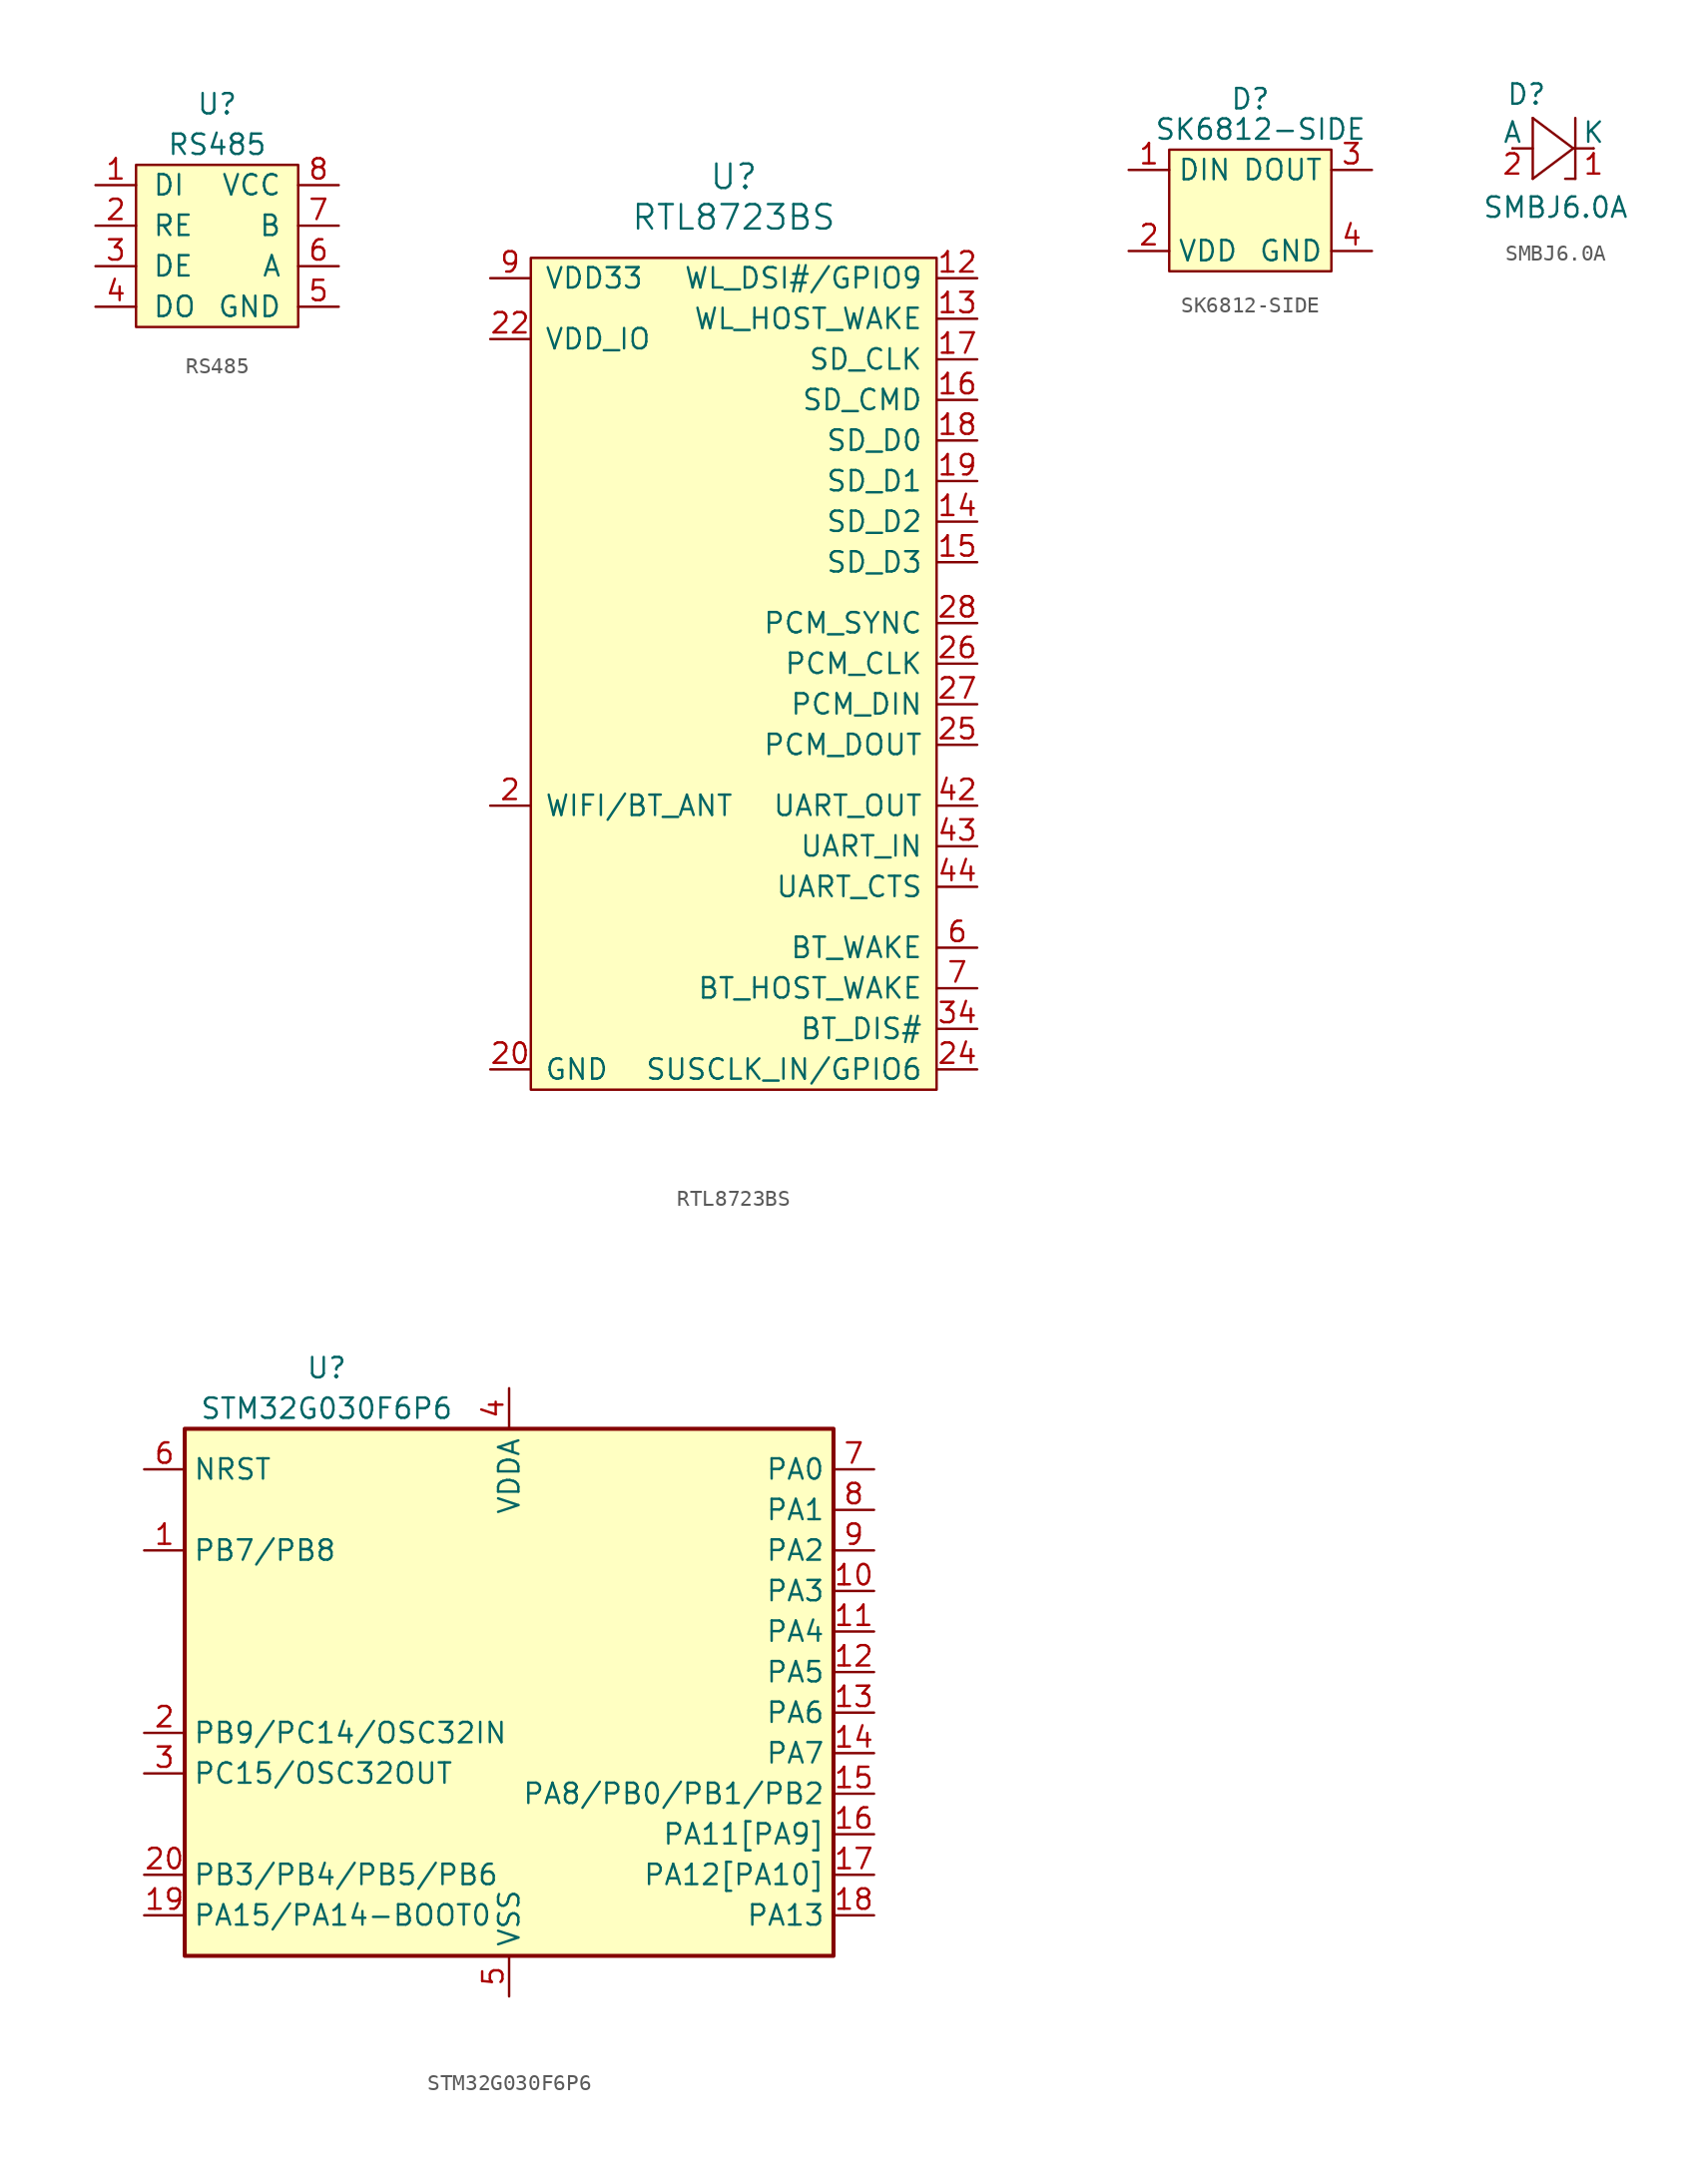
<source format=kicad_sym>
(kicad_symbol_lib
  (version 20211014)
  (generator kicad_symbol_editor)
  (symbol "RS485"
    (pin_names
      (offset 1.016))
    (property "Reference" "U"
      (at 0 8.89 0)
      (effects (font (size 1.27 1.27))))
    (property "Value" "RS485"
      (at 0 6.35 0)
      (effects (font (size 1.27 1.27))))
    (symbol "RS485_0_1"
      (rectangle (start -5.08 5.08) (end 5.08 -5.08) (stroke (width 0) (type default) (color 0 0 0 0)) (fill (type background))))
    (symbol "RS485_1_1"
      (pin input line (at -7.62 3.81 0) (length 2.54) (name "DI" (effects (font (size 1.27 1.27)))) (number "1" (effects (font (size 1.27 1.27)))))
      (pin input line (at -7.62 1.27 0) (length 2.54) (name "RE" (effects (font (size 1.27 1.27)))) (number "2" (effects (font (size 1.27 1.27)))))
      (pin input line (at -7.62 -1.27 0) (length 2.54) (name "DE" (effects (font (size 1.27 1.27)))) (number "3" (effects (font (size 1.27 1.27)))))
      (pin input line (at -7.62 -3.81 0) (length 2.54) (name "DO" (effects (font (size 1.27 1.27)))) (number "4" (effects (font (size 1.27 1.27)))))
      (pin input line (at 7.62 -3.81 180) (length 2.54) (name "GND" (effects (font (size 1.27 1.27)))) (number "5" (effects (font (size 1.27 1.27)))))
      (pin input line (at 7.62 -1.27 180) (length 2.54) (name "A" (effects (font (size 1.27 1.27)))) (number "6" (effects (font (size 1.27 1.27)))))
      (pin input line (at 7.62 1.27 180) (length 2.54) (name "B" (effects (font (size 1.27 1.27)))) (number "7" (effects (font (size 1.27 1.27)))))
      (pin input line (at 7.62 3.81 180) (length 2.54) (name "VCC" (effects (font (size 1.27 1.27)))) (number "8" (effects (font (size 1.27 1.27)))))))
  (symbol "RTL8723BS"
    (pin_names
      (offset 0.889))
    (property "Reference" "U"
      (at 0 33.02 0)
      (effects (font (size 1.524 1.524))))
    (property "Value" "RTL8723BS"
      (at 0 30.48 0)
      (effects (font (size 1.524 1.524))))
    (property "Footprint" ""
      (at 0 -5.08 0)
      (effects (font (size 1.524 1.524))))
    (property "Datasheet" ""
      (at 0 -5.08 0)
      (effects (font (size 1.524 1.524))))
    (symbol "RTL8723BS_0_1"
      (rectangle (start -12.7 27.94) (end 12.7 -24.13) (stroke (width 0) (type default) (color 0 0 0 0)) (fill (type background))))
    (symbol "RTL8723BS_1_1"
      (pin power_in line (at -15.24 -22.86 0) (length 2.489) hide (name "GND" (effects (font (size 1.27 1.27)))) (number "1" (effects (font (size 1.27 1.27)))))
      (pin no_connect line (at -1.27 10.16 180) (length 2.489) hide (name "NC" (effects (font (size 1.27 1.27)))) (number "10" (effects (font (size 1.27 1.27)))))
      (pin no_connect line (at -1.27 7.62 180) (length 2.489) hide (name "NC" (effects (font (size 1.27 1.27)))) (number "11" (effects (font (size 1.27 1.27)))))
      (pin bidirectional line (at 15.24 26.67 180) (length 2.489) (name "WL_DSI#/GPIO9" (effects (font (size 1.27 1.27)))) (number "12" (effects (font (size 1.27 1.27)))))
      (pin input line (at 15.24 24.13 180) (length 2.489) (name "WL_HOST_WAKE" (effects (font (size 1.27 1.27)))) (number "13" (effects (font (size 1.27 1.27)))))
      (pin bidirectional line (at 15.24 11.43 180) (length 2.489) (name "SD_D2" (effects (font (size 1.27 1.27)))) (number "14" (effects (font (size 1.27 1.27)))))
      (pin bidirectional line (at 15.24 8.89 180) (length 2.489) (name "SD_D3" (effects (font (size 1.27 1.27)))) (number "15" (effects (font (size 1.27 1.27)))))
      (pin bidirectional line (at 15.24 19.05 180) (length 2.489) (name "SD_CMD" (effects (font (size 1.27 1.27)))) (number "16" (effects (font (size 1.27 1.27)))))
      (pin input line (at 15.24 21.59 180) (length 2.489) (name "SD_CLK" (effects (font (size 1.27 1.27)))) (number "17" (effects (font (size 1.27 1.27)))))
      (pin bidirectional line (at 15.24 16.51 180) (length 2.489) (name "SD_D0" (effects (font (size 1.27 1.27)))) (number "18" (effects (font (size 1.27 1.27)))))
      (pin bidirectional line (at 15.24 13.97 180) (length 2.489) (name "SD_D1" (effects (font (size 1.27 1.27)))) (number "19" (effects (font (size 1.27 1.27)))))
      (pin bidirectional line (at -15.24 -6.35 0) (length 2.489) (name "WIFI/BT_ANT" (effects (font (size 1.27 1.27)))) (number "2" (effects (font (size 1.27 1.27)))))
      (pin power_in line (at -15.24 -22.86 0) (length 2.489) (name "GND" (effects (font (size 1.27 1.27)))) (number "20" (effects (font (size 1.27 1.27)))))
      (pin no_connect line (at -1.27 5.08 180) (length 2.489) hide (name "NC" (effects (font (size 1.27 1.27)))) (number "21" (effects (font (size 1.27 1.27)))))
      (pin power_in line (at -15.24 22.86 0) (length 2.489) (name "VDD_IO" (effects (font (size 1.27 1.27)))) (number "22" (effects (font (size 1.27 1.27)))))
      (pin no_connect line (at -1.27 2.54 180) (length 2.489) hide (name "NC" (effects (font (size 1.27 1.27)))) (number "23" (effects (font (size 1.27 1.27)))))
      (pin bidirectional line (at 15.24 -22.86 180) (length 2.489) (name "SUSCLK_IN/GPIO6" (effects (font (size 1.27 1.27)))) (number "24" (effects (font (size 1.27 1.27)))))
      (pin output line (at 15.24 -2.54 180) (length 2.489) (name "PCM_DOUT" (effects (font (size 1.27 1.27)))) (number "25" (effects (font (size 1.27 1.27)))))
      (pin input line (at 15.24 2.54 180) (length 2.489) (name "PCM_CLK" (effects (font (size 1.27 1.27)))) (number "26" (effects (font (size 1.27 1.27)))))
      (pin input line (at 15.24 0 180) (length 2.489) (name "PCM_DIN" (effects (font (size 1.27 1.27)))) (number "27" (effects (font (size 1.27 1.27)))))
      (pin input line (at 15.24 5.08 180) (length 2.489) (name "PCM_SYNC" (effects (font (size 1.27 1.27)))) (number "28" (effects (font (size 1.27 1.27)))))
      (pin no_connect line (at -1.27 0 180) (length 2.489) hide (name "NC" (effects (font (size 1.27 1.27)))) (number "29" (effects (font (size 1.27 1.27)))))
      (pin no_connect line (at -1.27 20.32 180) (length 2.489) hide (name "NC" (effects (font (size 1.27 1.27)))) (number "3" (effects (font (size 1.27 1.27)))))
      (pin no_connect line (at -1.27 -2.54 180) (length 2.489) hide (name "NC" (effects (font (size 1.27 1.27)))) (number "30" (effects (font (size 1.27 1.27)))))
      (pin power_in line (at -15.24 -22.86 0) (length 2.489) hide (name "GND" (effects (font (size 1.27 1.27)))) (number "31" (effects (font (size 1.27 1.27)))))
      (pin no_connect line (at -1.27 -5.08 180) (length 2.489) hide (name "NC" (effects (font (size 1.27 1.27)))) (number "32" (effects (font (size 1.27 1.27)))))
      (pin power_in line (at -15.24 -22.86 0) (length 2.489) hide (name "GND" (effects (font (size 1.27 1.27)))) (number "33" (effects (font (size 1.27 1.27)))))
      (pin input line (at 15.24 -20.32 180) (length 2.489) (name "BT_DIS#" (effects (font (size 1.27 1.27)))) (number "34" (effects (font (size 1.27 1.27)))))
      (pin no_connect line (at -1.27 -7.62 180) (length 2.489) hide (name "NC" (effects (font (size 1.27 1.27)))) (number "35" (effects (font (size 1.27 1.27)))))
      (pin power_in line (at -15.24 -22.86 0) (length 2.489) hide (name "GND" (effects (font (size 1.27 1.27)))) (number "36" (effects (font (size 1.27 1.27)))))
      (pin no_connect line (at -1.27 -10.16 180) (length 2.489) hide (name "NC" (effects (font (size 1.27 1.27)))) (number "37" (effects (font (size 1.27 1.27)))))
      (pin no_connect line (at -1.27 -12.7 180) (length 2.489) hide (name "NC" (effects (font (size 1.27 1.27)))) (number "38" (effects (font (size 1.27 1.27)))))
      (pin no_connect line (at -1.27 -15.24 180) (length 2.489) hide (name "NC" (effects (font (size 1.27 1.27)))) (number "39" (effects (font (size 1.27 1.27)))))
      (pin no_connect line (at -1.27 17.78 180) (length 2.489) hide (name "NC" (effects (font (size 1.27 1.27)))) (number "4" (effects (font (size 1.27 1.27)))))
      (pin no_connect line (at -1.27 -17.78 180) (length 2.489) hide (name "NC" (effects (font (size 1.27 1.27)))) (number "40" (effects (font (size 1.27 1.27)))))
      (pin power_in line (at -15.24 -22.86 0) (length 2.489) hide (name "GND" (effects (font (size 1.27 1.27)))) (number "41" (effects (font (size 1.27 1.27)))))
      (pin output line (at 15.24 -6.35 180) (length 2.489) (name "UART_OUT" (effects (font (size 1.27 1.27)))) (number "42" (effects (font (size 1.27 1.27)))))
      (pin input line (at 15.24 -8.89 180) (length 2.489) (name "UART_IN" (effects (font (size 1.27 1.27)))) (number "43" (effects (font (size 1.27 1.27)))))
      (pin input line (at 15.24 -11.43 180) (length 2.489) (name "UART_CTS" (effects (font (size 1.27 1.27)))) (number "44" (effects (font (size 1.27 1.27)))))
      (pin no_connect line (at -1.27 15.24 180) (length 2.489) hide (name "NC" (effects (font (size 1.27 1.27)))) (number "5" (effects (font (size 1.27 1.27)))))
      (pin input line (at 15.24 -15.24 180) (length 2.489) (name "BT_WAKE" (effects (font (size 1.27 1.27)))) (number "6" (effects (font (size 1.27 1.27)))))
      (pin output line (at 15.24 -17.78 180) (length 2.489) (name "BT_HOST_WAKE" (effects (font (size 1.27 1.27)))) (number "7" (effects (font (size 1.27 1.27)))))
      (pin no_connect line (at -1.27 12.7 180) (length 2.489) hide (name "NC" (effects (font (size 1.27 1.27)))) (number "8" (effects (font (size 1.27 1.27)))))
      (pin power_in line (at -15.24 26.67 0) (length 2.489) (name "VDD33" (effects (font (size 1.27 1.27)))) (number "9" (effects (font (size 1.27 1.27)))))))
  (symbol "SK6812-SIDE"
    (property "Reference" "D"
      (at 0 6.985 0)
      (effects (font (size 1.27 1.27))))
    (property "Value" "SK6812-SIDE"
      (at 0.635 5.08 0)
      (effects (font (size 1.27 1.27))))
    (symbol "SK6812-SIDE_0_1"
      (rectangle (start -5.08 3.81) (end 5.08 -3.81) (stroke (width 0) (type default) (color 0 0 0 0)) (fill (type background))))
    (symbol "SK6812-SIDE_1_1"
      (pin input line (at -7.62 2.54 0) (length 2.54) (name "DIN" (effects (font (size 1.27 1.27)))) (number "1" (effects (font (size 1.27 1.27)))))
      (pin input line (at -7.62 -2.54 0) (length 2.54) (name "VDD" (effects (font (size 1.27 1.27)))) (number "2" (effects (font (size 1.27 1.27)))))
      (pin input line (at 7.62 2.54 180) (length 2.54) (name "DOUT" (effects (font (size 1.27 1.27)))) (number "3" (effects (font (size 1.27 1.27)))))
      (pin input line (at 7.62 -2.54 180) (length 2.54) (name "GND" (effects (font (size 1.27 1.27)))) (number "4" (effects (font (size 1.27 1.27)))))))
  (symbol "SMBJ6.0A"
    (pin_names
      (offset 0))
    (property "Reference" "D"
      (at -2.946 2.642 0)
      (effects (font (size 1.27 1.27)) (justify left bottom)))
    (property "Value" "SMBJ6.0A"
      (at -4.445 -4.445 0)
      (effects (font (size 1.27 1.27)) (justify left bottom)))
    (property "Datasheet" ""
      (at 0 0 0)
      (effects (font (size 1.524 1.524))))
    (symbol "SMBJ6.0A_0_1"
      (rectangle (start -2.54 0) (end -1.27 0) (stroke (width 0) (type default) (color 0 0 0 0)) (fill (type none)))
      (rectangle (start 1.27 0) (end 2.54 0) (stroke (width 0) (type default) (color 0 0 0 0)) (fill (type none))))
    (symbol "SMBJ6.0A_1_0"
      (polyline (pts (xy -1.27 -1.905) (xy 1.27 0)) (stroke (width 0) (type default) (color 0 0 0 0)) (fill (type none)))
      (polyline (pts (xy -1.27 1.905) (xy -1.27 -1.905)) (stroke (width 0) (type default) (color 0 0 0 0)) (fill (type none)))
      (polyline (pts (xy 1.27 0) (xy -1.27 1.905)) (stroke (width 0) (type default) (color 0 0 0 0)) (fill (type none)))
      (polyline (pts (xy 1.397 -1.905) (xy 0.762 -1.905)) (stroke (width 0) (type default) (color 0 0 0 0)) (fill (type none)))
      (polyline (pts (xy 1.397 1.905) (xy 1.397 -1.905)) (stroke (width 0) (type default) (color 0 0 0 0)) (fill (type none))))
    (symbol "SMBJ6.0A_1_1"
      (pin passive line (at 2.54 0 180) (length 0) (name "K" (effects (font (size 1.27 1.27)))) (number "1" (effects (font (size 1.27 1.27)))))
      (pin passive line (at -2.54 0 0) (length 0) (name "A" (effects (font (size 1.27 1.27)))) (number "2" (effects (font (size 1.27 1.27)))))))
  (symbol "STM32G030F6P6"
    (property "Reference" "U"
      (at -11.43 19.05 0)
      (effects (font (size 1.27 1.27))))
    (property "Value" "STM32G030F6P6"
      (at -11.43 16.51 0)
      (effects (font (size 1.27 1.27))))
    (symbol "STM32G030F6P6_0_1"
      (rectangle (start -20.32 15.24) (end 20.32 -17.78) (stroke (width 0.254) (type default) (color 0 0 0 0)) (fill (type background))))
    (symbol "STM32G030F6P6_1_1"
      (pin input line (at -22.86 7.62 0) (length 2.54) (name "PB7/PB8" (effects (font (size 1.27 1.27)))) (number "1" (effects (font (size 1.27 1.27)))))
      (pin bidirectional line (at 22.86 5.08 180) (length 2.54) (name "PA3" (effects (font (size 1.27 1.27)))) (number "10" (effects (font (size 1.27 1.27)))))
      (pin bidirectional line (at 22.86 2.54 180) (length 2.54) (name "PA4" (effects (font (size 1.27 1.27)))) (number "11" (effects (font (size 1.27 1.27)))))
      (pin bidirectional line (at 22.86 0 180) (length 2.54) (name "PA5" (effects (font (size 1.27 1.27)))) (number "12" (effects (font (size 1.27 1.27)))))
      (pin bidirectional line (at 22.86 -2.54 180) (length 2.54) (name "PA6" (effects (font (size 1.27 1.27)))) (number "13" (effects (font (size 1.27 1.27)))))
      (pin bidirectional line (at 22.86 -5.08 180) (length 2.54) (name "PA7" (effects (font (size 1.27 1.27)))) (number "14" (effects (font (size 1.27 1.27)))))
      (pin bidirectional line (at 22.86 -7.62 180) (length 2.54) (name "PA8/PB0/PB1/PB2" (effects (font (size 1.27 1.27)))) (number "15" (effects (font (size 1.27 1.27)))))
      (pin bidirectional line (at 22.86 -10.16 180) (length 2.54) (name "PA11[PA9]" (effects (font (size 1.27 1.27)))) (number "16" (effects (font (size 1.27 1.27)))))
      (pin bidirectional line (at 22.86 -12.7 180) (length 2.54) (name "PA12[PA10]" (effects (font (size 1.27 1.27)))) (number "17" (effects (font (size 1.27 1.27)))))
      (pin bidirectional line (at 22.86 -15.24 180) (length 2.54) (name "PA13" (effects (font (size 1.27 1.27)))) (number "18" (effects (font (size 1.27 1.27)))))
      (pin bidirectional line (at -22.86 -15.24 0) (length 2.54) (name "PA15/PA14-BOOT0" (effects (font (size 1.27 1.27)))) (number "19" (effects (font (size 1.27 1.27)))))
      (pin input line (at -22.86 -3.81 0) (length 2.54) (name "PB9/PC14/OSC32IN" (effects (font (size 1.27 1.27)))) (number "2" (effects (font (size 1.27 1.27)))))
      (pin bidirectional line (at -22.86 -12.7 0) (length 2.54) (name "PB3/PB4/PB5/PB6" (effects (font (size 1.27 1.27)))) (number "20" (effects (font (size 1.27 1.27)))))
      (pin input line (at -22.86 -6.35 0) (length 2.54) (name "PC15/OSC32OUT" (effects (font (size 1.27 1.27)))) (number "3" (effects (font (size 1.27 1.27)))))
      (pin power_in line (at 0 17.78 270) (length 2.54) (name "VDDA" (effects (font (size 1.27 1.27)))) (number "4" (effects (font (size 1.27 1.27)))))
      (pin power_in line (at 0 -20.32 90) (length 2.54) (name "VSS" (effects (font (size 1.27 1.27)))) (number "5" (effects (font (size 1.27 1.27)))))
      (pin input line (at -22.86 12.7 0) (length 2.54) (name "NRST" (effects (font (size 1.27 1.27)))) (number "6" (effects (font (size 1.27 1.27)))))
      (pin bidirectional line (at 22.86 12.7 180) (length 2.54) (name "PA0" (effects (font (size 1.27 1.27)))) (number "7" (effects (font (size 1.27 1.27)))))
      (pin bidirectional line (at 22.86 10.16 180) (length 2.54) (name "PA1" (effects (font (size 1.27 1.27)))) (number "8" (effects (font (size 1.27 1.27)))))
      (pin bidirectional line (at 22.86 7.62 180) (length 2.54) (name "PA2" (effects (font (size 1.27 1.27)))) (number "9" (effects (font (size 1.27 1.27))))))))
</source>
